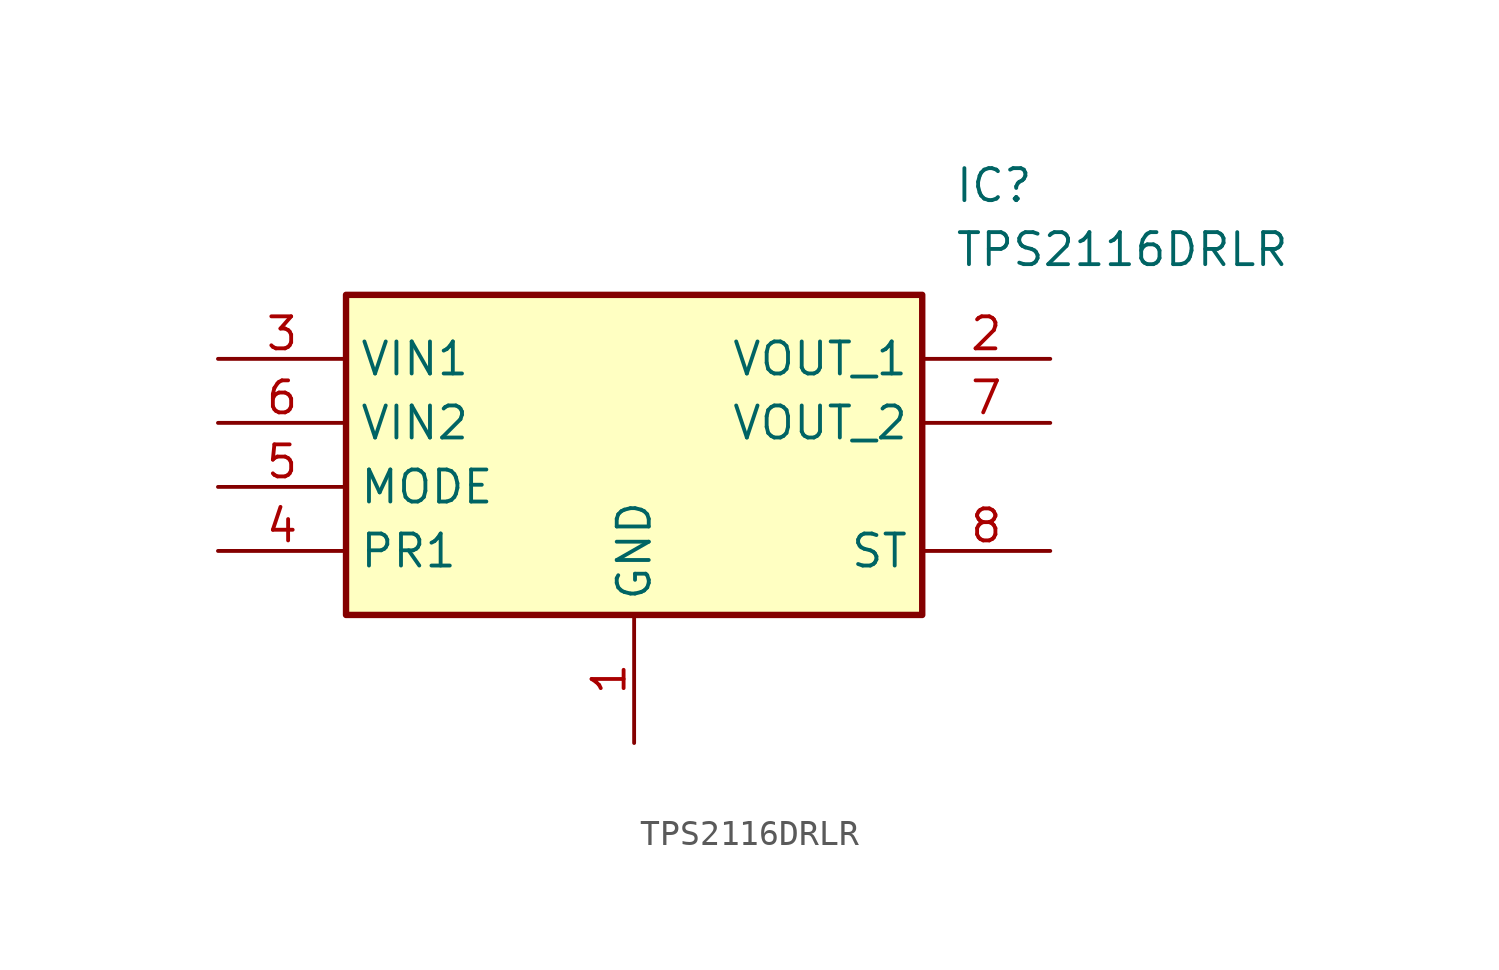
<source format=kicad_sym>
(kicad_symbol_lib
  (version 20220914)
  (generator kicad_symbol_editor)
  (symbol "TPS2116DRLR"
    (property "Reference" "IC"
      (at 29.21 7.62 0)
      (effects (font (size 1.27 1.27)) (justify left top)))
    (property "Value" "TPS2116DRLR"
      (at 29.21 5.08 0)
      (effects (font (size 1.27 1.27)) (justify left top)))
    (symbol "TPS2116DRLR_1_1"
      (rectangle (start 5.08 2.54) (end 27.94 -10.16) (stroke (width 0.254) (type default)) (fill (type background)))
      (pin passive line (at 16.51 -15.24 90) (length 5.08) (name "GND" (effects (font (size 1.27 1.27)))) (number "1" (effects (font (size 1.27 1.27)))))
      (pin passive line (at 33.02 0 180) (length 5.08) (name "VOUT_1" (effects (font (size 1.27 1.27)))) (number "2" (effects (font (size 1.27 1.27)))))
      (pin passive line (at 0 0 0) (length 5.08) (name "VIN1" (effects (font (size 1.27 1.27)))) (number "3" (effects (font (size 1.27 1.27)))))
      (pin passive line (at 0 -7.62 0) (length 5.08) (name "PR1" (effects (font (size 1.27 1.27)))) (number "4" (effects (font (size 1.27 1.27)))))
      (pin passive line (at 0 -5.08 0) (length 5.08) (name "MODE" (effects (font (size 1.27 1.27)))) (number "5" (effects (font (size 1.27 1.27)))))
      (pin passive line (at 0 -2.54 0) (length 5.08) (name "VIN2" (effects (font (size 1.27 1.27)))) (number "6" (effects (font (size 1.27 1.27)))))
      (pin passive line (at 33.02 -2.54 180) (length 5.08) (name "VOUT_2" (effects (font (size 1.27 1.27)))) (number "7" (effects (font (size 1.27 1.27)))))
      (pin passive line (at 33.02 -7.62 180) (length 5.08) (name "ST" (effects (font (size 1.27 1.27)))) (number "8" (effects (font (size 1.27 1.27))))))))
</source>
